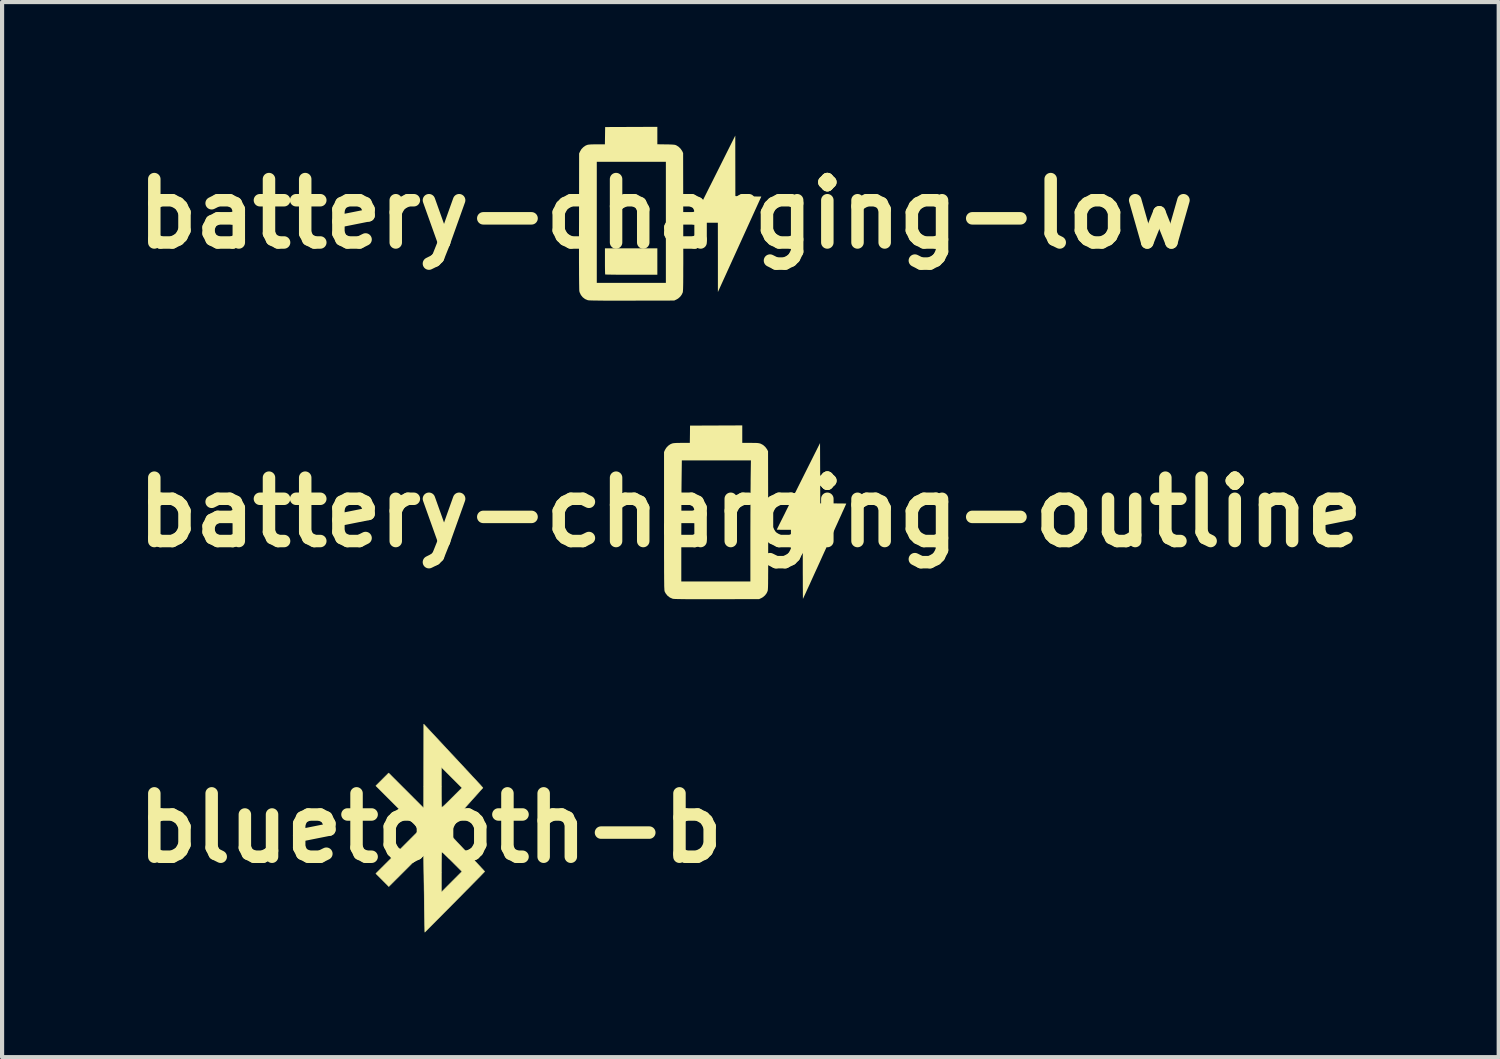
<source format=kicad_pcb>
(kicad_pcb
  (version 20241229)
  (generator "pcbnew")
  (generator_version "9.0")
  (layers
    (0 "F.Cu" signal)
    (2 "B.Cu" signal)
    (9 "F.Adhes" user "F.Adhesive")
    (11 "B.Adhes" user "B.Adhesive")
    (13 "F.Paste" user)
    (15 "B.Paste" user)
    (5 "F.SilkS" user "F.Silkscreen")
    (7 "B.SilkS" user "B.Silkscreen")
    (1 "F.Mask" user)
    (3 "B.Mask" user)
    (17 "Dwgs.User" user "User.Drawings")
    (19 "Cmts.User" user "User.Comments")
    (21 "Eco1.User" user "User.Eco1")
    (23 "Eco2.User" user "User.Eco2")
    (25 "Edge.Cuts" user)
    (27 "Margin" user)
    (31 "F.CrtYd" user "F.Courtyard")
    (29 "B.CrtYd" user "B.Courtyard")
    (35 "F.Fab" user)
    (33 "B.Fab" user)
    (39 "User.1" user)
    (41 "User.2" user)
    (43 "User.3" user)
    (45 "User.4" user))
  (footprint "battery-charging-outline"
    (layer "F.Cu")
    (at 14.993 9.27)
    (property "Reference" "battery-charging-outline" (at 0 0 0) (layer "F.SilkS") (effects (font (size 1.524 1.524) (thickness 0.3))))
    (attr board_only exclude_from_pos_files exclude_from_bom)
    (fp_poly (pts (xy 1.678 -0.94) (xy 1.68 -0.215) (xy 1.993 -0.215) (xy 2.069 -0.215) (xy 2.138 -0.214) (xy 2.198 -0.214) (xy 2.247 -0.213) (xy 2.283 -0.212) (xy 2.302 -0.211) (xy 2.306 -0.211) (xy 2.302 -0.201) (xy 2.29 -0.175) (xy 2.272 -0.134) (xy 2.247 -0.079) (xy 2.216 -0.012) (xy 2.181 0.067) (xy 2.14 0.156) (xy 2.096 0.254) (xy 2.048 0.359) (xy 1.998 0.471) (xy 1.945 0.587) (xy 1.89 0.708) (xy 1.835 0.83) (xy 1.778 0.954) (xy 1.722 1.077) (xy 1.667 1.199) (xy 1.613 1.318) (xy 1.56 1.433) (xy 1.51 1.543) (xy 1.463 1.646) (xy 1.42 1.742) (xy 1.38 1.828) (xy 1.346 1.903) (xy 1.317 1.967) (xy 1.293 2.018) (xy 1.276 2.054) (xy 1.267 2.075) (xy 1.264 2.08) (xy 1.264 2.071) (xy 1.263 2.044) (xy 1.263 2) (xy 1.262 1.941) (xy 1.262 1.868) (xy 1.261 1.783) (xy 1.261 1.686) (xy 1.261 1.58) (xy 1.26 1.465) (xy 1.26 1.344) (xy 1.26 1.252) (xy 1.26 0.42) (xy 0.948 0.42) (xy 0.872 0.42) (xy 0.802 0.42) (xy 0.742 0.419) (xy 0.693 0.418) (xy 0.658 0.417) (xy 0.638 0.416) (xy 0.635 0.415) (xy 0.639 0.406) (xy 0.652 0.38) (xy 0.672 0.34) (xy 0.699 0.284) (xy 0.733 0.216) (xy 0.773 0.136) (xy 0.819 0.045) (xy 0.869 -0.057) (xy 0.924 -0.167) (xy 0.983 -0.285) (xy 1.046 -0.409) (xy 1.111 -0.539) (xy 1.155 -0.628) (xy 1.675 -1.666)) (stroke (width 0) (type solid)) (fill yes) (layer "F.SilkS"))
    (fp_poly (pts (xy -0.195 -1.671) (xy -0.000367 -1.671) (xy 0.068 -1.67) (xy 0.121 -1.67) (xy 0.16 -1.668) (xy 0.19 -1.665) (xy 0.214 -1.661) (xy 0.235 -1.655) (xy 0.248 -1.651) (xy 0.306 -1.62) (xy 0.358 -1.574) (xy 0.399 -1.519) (xy 0.403 -1.512) (xy 0.425 -1.47) (xy 0.428 0.185) (xy 0.428 0.399) (xy 0.428 0.593) (xy 0.428 0.77) (xy 0.428 0.93) (xy 0.428 1.074) (xy 0.428 1.203) (xy 0.428 1.317) (xy 0.428 1.418) (xy 0.427 1.507) (xy 0.427 1.583) (xy 0.426 1.649) (xy 0.426 1.705) (xy 0.425 1.751) (xy 0.424 1.79) (xy 0.423 1.82) (xy 0.421 1.845) (xy 0.42 1.864) (xy 0.418 1.877) (xy 0.416 1.887) (xy 0.415 1.891) (xy 0.391 1.944) (xy 0.353 1.995) (xy 0.304 2.038) (xy 0.262 2.062) (xy 0.21 2.086) (xy -0.806 2.088) (xy -0.977 2.088) (xy -1.13 2.088) (xy -1.265 2.088) (xy -1.383 2.088) (xy -1.486 2.088) (xy -1.575 2.087) (xy -1.649 2.086) (xy -1.711 2.085) (xy -1.761 2.084) (xy -1.801 2.083) (xy -1.831 2.081) (xy -1.852 2.08) (xy -1.866 2.078) (xy -1.868 2.077) (xy -1.934 2.049) (xy -1.992 2.005) (xy -2.038 1.947) (xy -2.059 1.907) (xy -2.061 1.902) (xy -2.063 1.894) (xy -2.065 1.883) (xy -2.067 1.869) (xy -2.068 1.85) (xy -2.069 1.825) (xy -2.071 1.794) (xy -2.072 1.755) (xy -2.072 1.708) (xy -2.073 1.661) (xy -1.661 1.661) (xy 0 1.661) (xy 0.000011 0.681) (xy 0.000083 0.532) (xy 0.000289 0.379) (xy 0.001 0.225) (xy 0.001 0.071) (xy 0.002 -0.078) (xy 0.002 -0.222) (xy 0.003 -0.358) (xy 0.004 -0.484) (xy 0.005 -0.597) (xy 0.006 -0.694) (xy 0.006 -0.774) (xy 0.013 -1.25) (xy -1.648 -1.25) (xy -1.654 -0.78) (xy -1.655 -0.7) (xy -1.656 -0.603) (xy -1.657 -0.491) (xy -1.658 -0.366) (xy -1.659 -0.231) (xy -1.659 -0.088) (xy -1.66 0.061) (xy -1.66 0.214) (xy -1.66 0.368) (xy -1.661 0.521) (xy -1.661 0.671) (xy -1.661 1.661) (xy -2.073 1.661) (xy -2.073 1.652) (xy -2.074 1.586) (xy -2.074 1.509) (xy -2.075 1.421) (xy -2.075 1.319) (xy -2.075 1.205) (xy -2.076 1.076) (xy -2.076 0.931) (xy -2.076 0.771) (xy -2.076 0.593) (xy -2.076 0.398) (xy -2.076 0.21) (xy -2.076 -1.451) (xy -2.053 -1.502) (xy -2.021 -1.554) (xy -1.977 -1.601) (xy -1.926 -1.637) (xy -1.883 -1.656) (xy -1.857 -1.662) (xy -1.822 -1.666) (xy -1.775 -1.669) (xy -1.714 -1.67) (xy -1.645 -1.671) (xy -1.456 -1.671) (xy -1.453 -1.878) (xy -1.451 -2.086) (xy -0.195 -2.091)) (stroke (width 0) (type solid)) (fill yes) (layer "F.SilkS")))
  (footprint "battery-charging-low"
    (layer "F.Cu")
    (at 12.961 2.091)
    (property "Reference" "battery-charging-low" (at 0 0 0) (layer "F.SilkS") (effects (font (size 1.524 1.524) (thickness 0.3))))
    (attr board_only exclude_from_pos_files exclude_from_bom)
    (fp_poly (pts (xy -0.205 1.465) (xy -0.829 1.465) (xy -0.937 1.465) (xy -1.04 1.465) (xy -1.136 1.465) (xy -1.222 1.464) (xy -1.297 1.463) (xy -1.36 1.462) (xy -1.409 1.461) (xy -1.442 1.46) (xy -1.458 1.459) (xy -1.459 1.459) (xy -1.46 1.448) (xy -1.462 1.42) (xy -1.463 1.377) (xy -1.464 1.321) (xy -1.465 1.256) (xy -1.465 1.183) (xy -1.465 1.141) (xy -1.465 0.83) (xy -0.205 0.83)) (stroke (width 0) (type solid)) (fill yes) (layer "F.SilkS"))
    (fp_poly (pts (xy 1.67 -1.15) (xy 1.671 -0.42) (xy 1.983 -0.418) (xy 2.295 -0.415) (xy 1.251 1.881) (xy 1.251 1.048) (xy 1.25 0.215) (xy 0.938 0.215) (xy 0.862 0.215) (xy 0.793 0.214) (xy 0.733 0.213) (xy 0.684 0.212) (xy 0.648 0.21) (xy 0.629 0.209) (xy 0.626 0.208) (xy 0.63 0.198) (xy 0.643 0.172) (xy 0.663 0.131) (xy 0.69 0.076) (xy 0.724 0.007) (xy 0.765 -0.074) (xy 0.81 -0.165) (xy 0.861 -0.267) (xy 0.916 -0.377) (xy 0.975 -0.495) (xy 1.037 -0.62) (xy 1.103 -0.75) (xy 1.148 -0.84) (xy 1.669 -1.881)) (stroke (width 0) (type solid)) (fill yes) (layer "F.SilkS"))
    (fp_poly (pts (xy -0.205 -1.672) (xy 0.002 -1.669) (xy 0.073 -1.668) (xy 0.126 -1.666) (xy 0.167 -1.664) (xy 0.196 -1.661) (xy 0.219 -1.658) (xy 0.237 -1.652) (xy 0.253 -1.645) (xy 0.254 -1.645) (xy 0.307 -1.611) (xy 0.355 -1.564) (xy 0.391 -1.511) (xy 0.395 -1.504) (xy 0.415 -1.46) (xy 0.418 0.19) (xy 0.418 0.403) (xy 0.418 0.598) (xy 0.418 0.774) (xy 0.419 0.934) (xy 0.419 1.078) (xy 0.419 1.206) (xy 0.418 1.32) (xy 0.418 1.421) (xy 0.418 1.509) (xy 0.417 1.585) (xy 0.417 1.651) (xy 0.416 1.706) (xy 0.415 1.752) (xy 0.414 1.79) (xy 0.413 1.821) (xy 0.411 1.845) (xy 0.41 1.864) (xy 0.408 1.878) (xy 0.407 1.888) (xy 0.406 1.891) (xy 0.381 1.944) (xy 0.343 1.995) (xy 0.294 2.038) (xy 0.252 2.062) (xy 0.2 2.086) (xy -0.816 2.088) (xy -0.986 2.088) (xy -1.137 2.088) (xy -1.272 2.088) (xy -1.389 2.088) (xy -1.491 2.088) (xy -1.579 2.087) (xy -1.653 2.086) (xy -1.715 2.086) (xy -1.766 2.084) (xy -1.806 2.083) (xy -1.836 2.082) (xy -1.859 2.08) (xy -1.873 2.078) (xy -1.879 2.077) (xy -1.943 2.05) (xy -1.999 2.007) (xy -2.043 1.953) (xy -2.073 1.89) (xy -2.08 1.863) (xy -2.082 1.849) (xy -2.083 1.819) (xy -2.084 1.775) (xy -2.085 1.715) (xy -2.086 1.661) (xy -1.661 1.661) (xy 0 1.661) (xy 0 -1.25) (xy -1.661 -1.25) (xy -1.661 1.661) (xy -2.086 1.661) (xy -2.086 1.64) (xy -2.087 1.549) (xy -2.088 1.441) (xy -2.088 1.316) (xy -2.089 1.175) (xy -2.089 1.015) (xy -2.089 0.838) (xy -2.089 0.642) (xy -2.089 0.427) (xy -2.088 0.194) (xy -2.088 0.181) (xy -2.086 -1.451) (xy -2.062 -1.502) (xy -2.031 -1.554) (xy -1.986 -1.601) (xy -1.936 -1.637) (xy -1.893 -1.656) (xy -1.866 -1.662) (xy -1.831 -1.666) (xy -1.785 -1.669) (xy -1.724 -1.67) (xy -1.654 -1.671) (xy -1.466 -1.671) (xy -1.46 -2.086) (xy -0.205 -2.091)) (stroke (width 0) (type solid)) (fill yes) (layer "F.SilkS")))
  (footprint "bluetooth-b"
    (layer "F.Cu")
    (at 7.301 16.861)
    (property "Reference" "bluetooth-b" (at 0 0 0) (layer "F.SilkS") (effects (font (size 1.524 1.524) (thickness 0.3))))
    (attr through_hole)
    (fp_poly (pts (xy 0.503 -1.786) (xy 0.597 -1.686) (xy 0.688 -1.588) (xy 0.775 -1.495) (xy 0.857 -1.406) (xy 0.933 -1.325) (xy 1.002 -1.25) (xy 1.064 -1.184) (xy 1.116 -1.128) (xy 1.158 -1.082) (xy 1.19 -1.048) (xy 1.209 -1.027) (xy 1.214 -1.021) (xy 1.261 -0.968) (xy 0.814 -0.469) (xy 0.739 -0.385) (xy 0.667 -0.305) (xy 0.601 -0.231) (xy 0.541 -0.163) (xy 0.488 -0.103) (xy 0.443 -0.052) (xy 0.408 -0.011) (xy 0.383 0.018) (xy 0.369 0.035) (xy 0.366 0.039) (xy 0.373 0.047) (xy 0.392 0.069) (xy 0.422 0.102) (xy 0.463 0.146) (xy 0.512 0.199) (xy 0.57 0.261) (xy 0.634 0.33) (xy 0.705 0.405) (xy 0.78 0.485) (xy 0.835 0.543) (xy 0.913 0.626) (xy 0.987 0.704) (xy 1.056 0.777) (xy 1.119 0.844) (xy 1.174 0.903) (xy 1.221 0.954) (xy 1.259 0.994) (xy 1.286 1.024) (xy 1.301 1.041) (xy 1.304 1.045) (xy 1.297 1.053) (xy 1.278 1.073) (xy 1.246 1.106) (xy 1.204 1.15) (xy 1.151 1.204) (xy 1.089 1.267) (xy 1.018 1.339) (xy 0.941 1.418) (xy 0.856 1.503) (xy 0.766 1.595) (xy 0.671 1.691) (xy 0.585 1.778) (xy -0.135 2.504) (xy -0.14 2.373) (xy -0.142 2.337) (xy -0.143 2.285) (xy -0.144 2.217) (xy -0.146 2.138) (xy -0.147 2.048) (xy -0.149 1.952) (xy -0.15 1.851) (xy -0.151 1.747) (xy -0.151 1.724) (xy -0.152 1.612) (xy -0.153 1.539) (xy 0.264 1.539) (xy 0.51 1.292) (xy 0.757 1.045) (xy 0.518 0.806) (xy 0.452 0.74) (xy 0.398 0.688) (xy 0.356 0.647) (xy 0.324 0.617) (xy 0.301 0.597) (xy 0.285 0.585) (xy 0.276 0.582) (xy 0.272 0.584) (xy 0.271 0.597) (xy 0.269 0.627) (xy 0.268 0.673) (xy 0.267 0.733) (xy 0.266 0.804) (xy 0.265 0.885) (xy 0.265 0.974) (xy 0.264 1.068) (xy 0.264 1.07) (xy 0.264 1.539) (xy -0.153 1.539) (xy -0.154 1.494) (xy -0.155 1.375) (xy -0.157 1.258) (xy -0.158 1.146) (xy -0.16 1.044) (xy -0.161 0.955) (xy -0.163 0.89) (xy -0.169 0.574) (xy -0.585 0.991) (xy -1.002 1.407) (xy -1.158 1.25) (xy -1.314 1.094) (xy -0.786 0.567) (xy -0.259 0.039) (xy -0.786 -0.488) (xy -1.314 -1.016) (xy -1.006 -1.324) (xy -0.166 -0.484) (xy -0.164 -1.46) (xy 0.264 -1.46) (xy 0.264 -0.996) (xy 0.264 -0.902) (xy 0.264 -0.814) (xy 0.265 -0.732) (xy 0.266 -0.661) (xy 0.267 -0.601) (xy 0.268 -0.554) (xy 0.269 -0.523) (xy 0.27 -0.509) (xy 0.273 -0.504) (xy 0.278 -0.503) (xy 0.288 -0.508) (xy 0.302 -0.519) (xy 0.324 -0.538) (xy 0.353 -0.565) (xy 0.392 -0.603) (xy 0.442 -0.652) (xy 0.504 -0.714) (xy 0.517 -0.727) (xy 0.757 -0.967) (xy 0.51 -1.214) (xy 0.264 -1.46) (xy -0.164 -1.46) (xy -0.161 -2.499) (xy 0.503 -1.786)) (stroke (width 0.01) (type solid)) (fill yes) (layer "F.SilkS")))
  (gr_rect
    (start -3 -3)
    (end 32.987 22.37)
    (stroke (width 0.1) (type default))
    (fill no)
    (layer "Edge.Cuts")))
</source>
